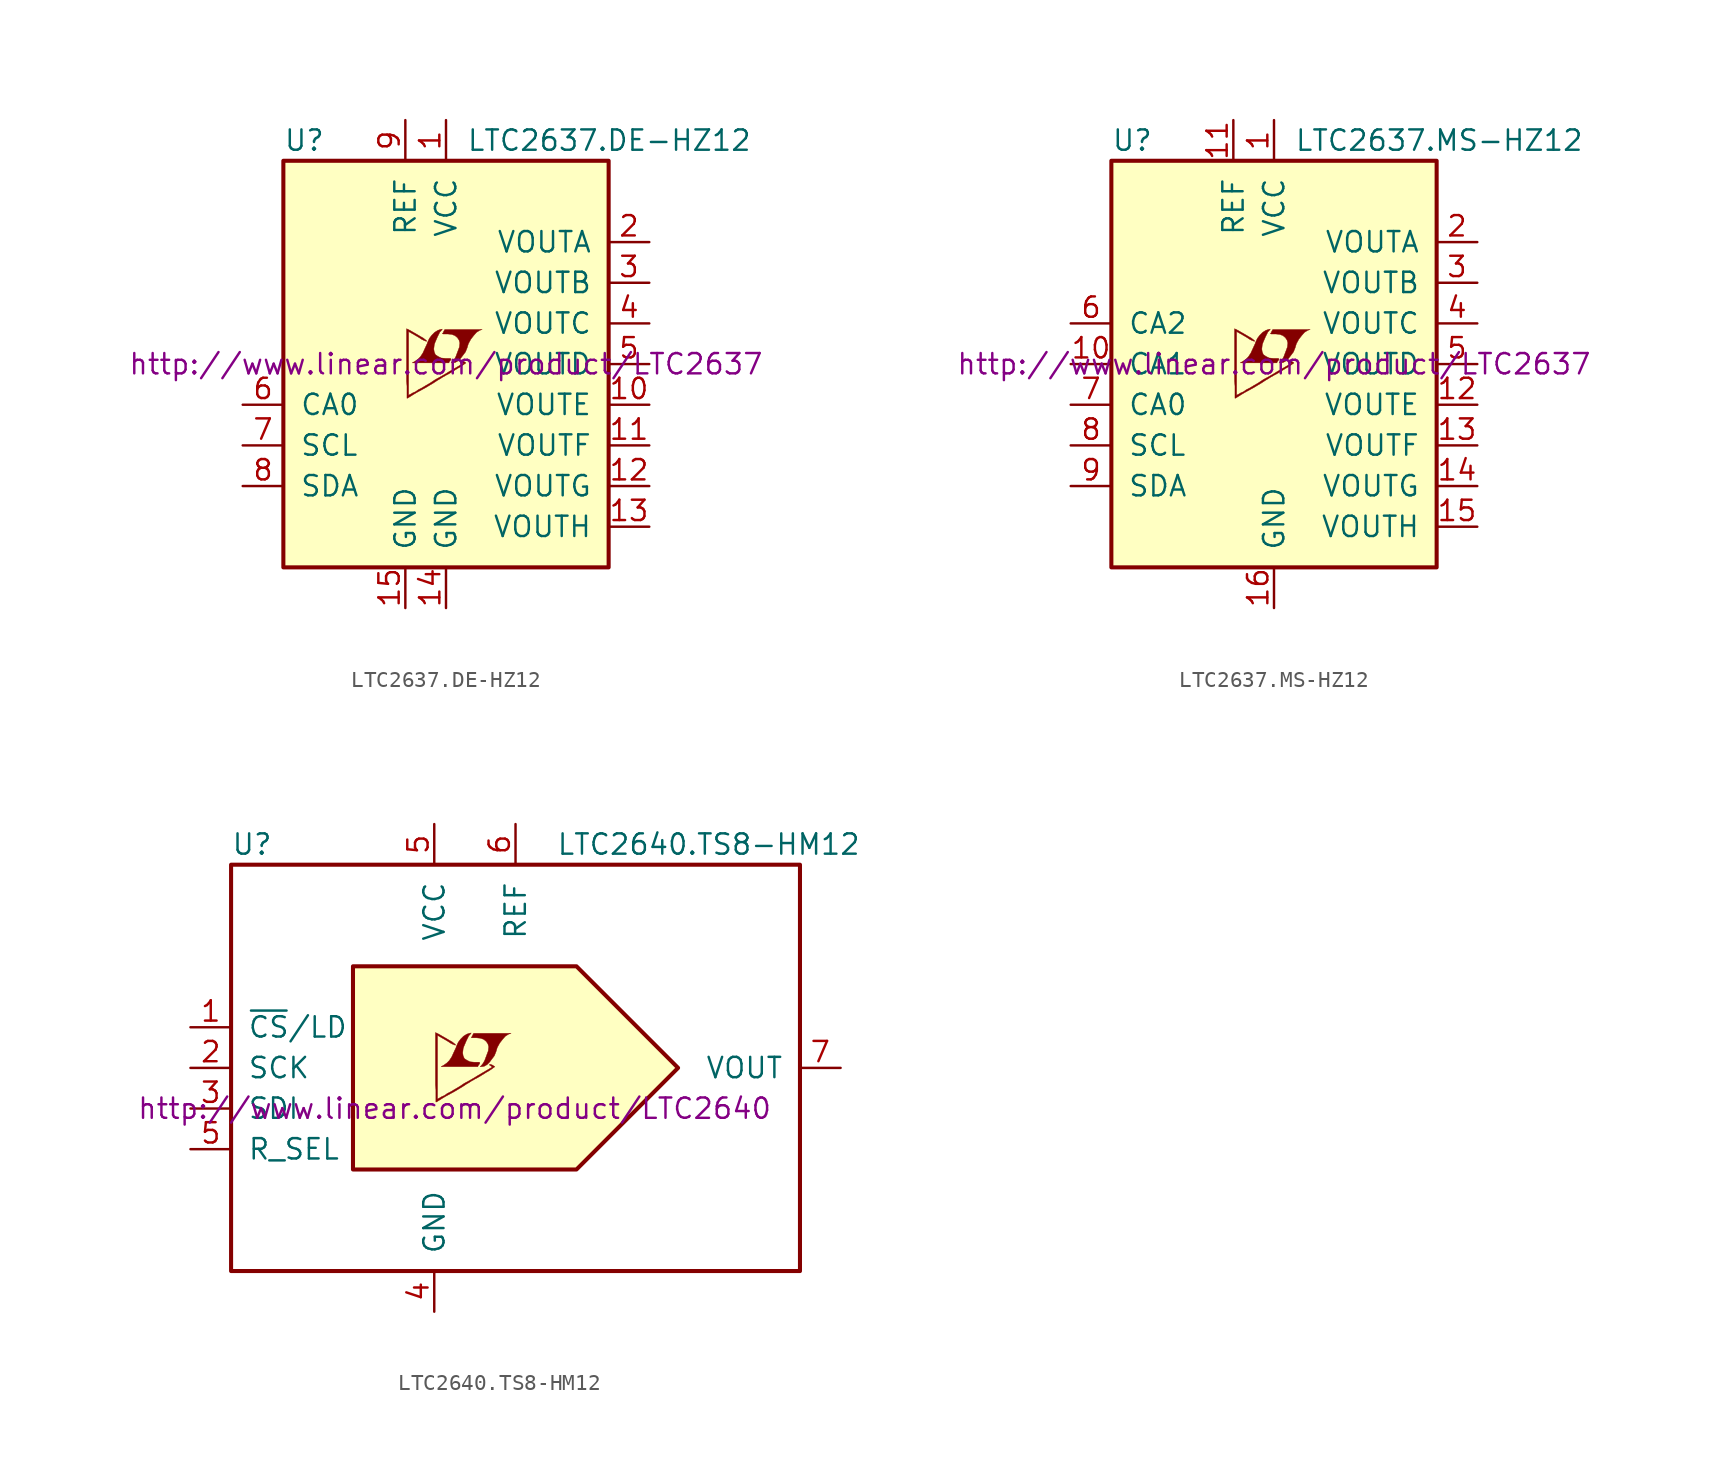
<source format=kicad_sym>
(kicad_symbol_lib
  (version 20201005)
  (generator kicad_symbol_editor)
  (symbol "LTC2637.DE-HZ12"
    (pin_names
      (offset 1.016))
    (property "Reference" "U"
      (at -10.16 13.97 0)
      (effects (font (size 1.27 1.27)) (justify left)))
    (property "Value" "LTC2637.DE-HZ12"
      (at 1.27 13.97 0)
      (effects (font (size 1.27 1.27)) (justify left)))
    (property "Datasheet" "http://www.linear.com/product/LTC2637"
      (at 0 0 0)
      (effects (font (size 1.27 1.27))))
    (symbol "LTC2637.DE-HZ12_0_0"
      (polyline (pts (xy 0.584 0.102) (xy 0.762 0.203) (xy 0.914 0.356) (xy 1.219 0.762) (xy 1.321 1.016) (xy 1.397 1.27) (xy 1.549 1.549) (xy 1.727 1.778) (xy 1.905 1.981) (xy 2.108 2.108) (xy 2.261 2.159) (xy -0.076 2.159) (xy -0.152 2.032) (xy -0.152 2.007) (xy -0.203 1.93) (xy -0.229 1.905) (xy -0.178 1.88) (xy 0.102 1.88) (xy 0.356 1.854) (xy 0.559 1.778) (xy 0.711 1.651) (xy 0.813 1.499) (xy 0.864 1.321) (xy 0.838 1.092) (xy 0.838 1.067) (xy 0.61 0.457) (xy 0.508 0.279) (xy 0.406 0.152) (xy 0.33 0.076) (xy 0.432 0.076) (xy 0.584 0.102)) (stroke (width 0.025)) (fill (type outline)))
      (polyline (pts (xy 0.229 0.178) (xy 0.254 0.203) (xy 0.305 0.279) (xy 0.305 0.33) (xy 0.254 0.356) (xy -0.051 0.356) (xy -0.305 0.381) (xy -0.508 0.483) (xy -0.66 0.584) (xy -0.737 0.762) (xy -0.762 0.94) (xy -0.737 1.168) (xy -0.737 1.194) (xy -0.686 1.346) (xy -0.533 1.702) (xy -0.381 2.007) (xy -0.305 2.083) (xy -0.229 2.184) (xy -0.356 2.159) (xy -0.508 2.108) (xy -0.711 1.981) (xy -0.889 1.803) (xy -1.041 1.6) (xy -1.168 1.321) (xy -1.168 1.295) (xy -1.321 0.965) (xy -1.448 0.686) (xy -1.6 0.457) (xy -1.753 0.305) (xy -1.93 0.178) (xy -2.108 0.076) (xy 0.178 0.076) (xy 0.229 0.178)) (stroke (width 0.025)) (fill (type outline)))
      (polyline (pts (xy -2.362 -2.108) (xy -2.286 -2.057) (xy -2.159 -1.981) (xy -2.083 -1.93) (xy -1.829 -1.778) (xy -1.27 -1.473) (xy -0.762 -1.168) (xy -0.533 -1.016) (xy -0.356 -0.914) (xy -0.203 -0.813) (xy -0.102 -0.762) (xy -0.025 -0.711) (xy 0.127 -0.635) (xy 0.305 -0.533) (xy 0.711 -0.279) (xy 0.889 -0.178) (xy 1.041 -0.076) (xy 1.143 0) (xy 1.219 0.051) (xy 1.245 0.076) (xy 1.092 0.178) (xy 0.94 0.229) (xy 0.914 0.203) (xy 0.914 0.178) (xy 0.991 0.127) (xy 1.092 0.051) (xy 0.178 -0.483) (xy -0.025 -0.61) (xy -0.33 -0.787) (xy -0.66 -0.965) (xy -0.965 -1.168) (xy -1.27 -1.346) (xy -1.524 -1.499) (xy -1.727 -1.6) (xy -1.905 -1.727) (xy -2.083 -1.803) (xy -2.21 -1.88) (xy -2.311 -1.93) (xy -2.337 -1.956) (xy -2.337 2.032) (xy -1.803 1.727) (xy -1.676 1.651) (xy -1.524 1.549) (xy -1.372 1.473) (xy -1.295 1.448) (xy -1.245 1.422) (xy -1.219 1.422) (xy -1.219 1.473) (xy -1.295 1.524) (xy -1.422 1.626) (xy -1.6 1.727) (xy -1.727 1.803) (xy -2.083 2.007) (xy -2.21 2.083) (xy -2.464 2.21) (xy -2.464 -1.067) (xy -2.438 -1.372) (xy -2.438 -2.134) (xy -2.413 -2.134) (xy -2.362 -2.108)) (stroke (width 0.025)) (fill (type outline))))
    (symbol "LTC2637.DE-HZ12_0_1"
      (rectangle (start -10.16 12.7) (end 10.16 -12.7) (stroke (width 0.254)) (fill (type background))))
    (symbol "LTC2637.DE-HZ12_1_1"
      (pin power_in line (at 0 15.24 270) (length 2.54) (name "VCC" (effects (font (size 1.27 1.27)))) (number "1" (effects (font (size 1.27 1.27)))))
      (pin output line (at 12.7 -2.54 180) (length 2.54) (name "VOUTE" (effects (font (size 1.27 1.27)))) (number "10" (effects (font (size 1.27 1.27)))))
      (pin output line (at 12.7 -5.08 180) (length 2.54) (name "VOUTF" (effects (font (size 1.27 1.27)))) (number "11" (effects (font (size 1.27 1.27)))))
      (pin output line (at 12.7 -7.62 180) (length 2.54) (name "VOUTG" (effects (font (size 1.27 1.27)))) (number "12" (effects (font (size 1.27 1.27)))))
      (pin output line (at 12.7 -10.16 180) (length 2.54) (name "VOUTH" (effects (font (size 1.27 1.27)))) (number "13" (effects (font (size 1.27 1.27)))))
      (pin power_in line (at 0 -15.24 90) (length 2.54) (name "GND" (effects (font (size 1.27 1.27)))) (number "14" (effects (font (size 1.27 1.27)))))
      (pin power_in line (at -2.54 -15.24 90) (length 2.54) (name "GND" (effects (font (size 1.27 1.27)))) (number "15" (effects (font (size 1.27 1.27)))))
      (pin output line (at 12.7 7.62 180) (length 2.54) (name "VOUTA" (effects (font (size 1.27 1.27)))) (number "2" (effects (font (size 1.27 1.27)))))
      (pin output line (at 12.7 5.08 180) (length 2.54) (name "VOUTB" (effects (font (size 1.27 1.27)))) (number "3" (effects (font (size 1.27 1.27)))))
      (pin output line (at 12.7 2.54 180) (length 2.54) (name "VOUTC" (effects (font (size 1.27 1.27)))) (number "4" (effects (font (size 1.27 1.27)))))
      (pin output line (at 12.7 0 180) (length 2.54) (name "VOUTD" (effects (font (size 1.27 1.27)))) (number "5" (effects (font (size 1.27 1.27)))))
      (pin input line (at -12.7 -2.54 0) (length 2.54) (name "CA0" (effects (font (size 1.27 1.27)))) (number "6" (effects (font (size 1.27 1.27)))))
      (pin input line (at -12.7 -5.08 0) (length 2.54) (name "SCL" (effects (font (size 1.27 1.27)))) (number "7" (effects (font (size 1.27 1.27)))))
      (pin input line (at -12.7 -7.62 0) (length 2.54) (name "SDA" (effects (font (size 1.27 1.27)))) (number "8" (effects (font (size 1.27 1.27)))))
      (pin passive line (at -2.54 15.24 270) (length 2.54) (name "REF" (effects (font (size 1.27 1.27)))) (number "9" (effects (font (size 1.27 1.27)))))))
  (symbol "LTC2637.MS-HZ12"
    (pin_names
      (offset 1.016))
    (property "Reference" "U"
      (at -10.16 13.97 0)
      (effects (font (size 1.27 1.27)) (justify left)))
    (property "Value" "LTC2637.MS-HZ12"
      (at 1.27 13.97 0)
      (effects (font (size 1.27 1.27)) (justify left)))
    (property "Datasheet" "http://www.linear.com/product/LTC2637"
      (at 0 0 0)
      (effects (font (size 1.27 1.27))))
    (symbol "LTC2637.MS-HZ12_0_0"
      (polyline (pts (xy 0.584 0.102) (xy 0.762 0.203) (xy 0.914 0.356) (xy 1.219 0.762) (xy 1.321 1.016) (xy 1.397 1.27) (xy 1.549 1.549) (xy 1.727 1.778) (xy 1.905 1.981) (xy 2.108 2.108) (xy 2.261 2.159) (xy -0.076 2.159) (xy -0.152 2.032) (xy -0.152 2.007) (xy -0.203 1.93) (xy -0.229 1.905) (xy -0.178 1.88) (xy 0.102 1.88) (xy 0.356 1.854) (xy 0.559 1.778) (xy 0.711 1.651) (xy 0.813 1.499) (xy 0.864 1.321) (xy 0.838 1.092) (xy 0.838 1.067) (xy 0.61 0.457) (xy 0.508 0.279) (xy 0.406 0.152) (xy 0.33 0.076) (xy 0.432 0.076) (xy 0.584 0.102)) (stroke (width 0.025)) (fill (type outline)))
      (polyline (pts (xy 0.229 0.178) (xy 0.254 0.203) (xy 0.305 0.279) (xy 0.305 0.33) (xy 0.254 0.356) (xy -0.051 0.356) (xy -0.305 0.381) (xy -0.508 0.483) (xy -0.66 0.584) (xy -0.737 0.762) (xy -0.762 0.94) (xy -0.737 1.168) (xy -0.737 1.194) (xy -0.686 1.346) (xy -0.533 1.702) (xy -0.381 2.007) (xy -0.305 2.083) (xy -0.229 2.184) (xy -0.356 2.159) (xy -0.508 2.108) (xy -0.711 1.981) (xy -0.889 1.803) (xy -1.041 1.6) (xy -1.168 1.321) (xy -1.168 1.295) (xy -1.321 0.965) (xy -1.448 0.686) (xy -1.6 0.457) (xy -1.753 0.305) (xy -1.93 0.178) (xy -2.108 0.076) (xy 0.178 0.076) (xy 0.229 0.178)) (stroke (width 0.025)) (fill (type outline)))
      (polyline (pts (xy -2.362 -2.108) (xy -2.286 -2.057) (xy -2.159 -1.981) (xy -2.083 -1.93) (xy -1.829 -1.778) (xy -1.27 -1.473) (xy -0.762 -1.168) (xy -0.533 -1.016) (xy -0.356 -0.914) (xy -0.203 -0.813) (xy -0.102 -0.762) (xy -0.025 -0.711) (xy 0.127 -0.635) (xy 0.305 -0.533) (xy 0.711 -0.279) (xy 0.889 -0.178) (xy 1.041 -0.076) (xy 1.143 0) (xy 1.219 0.051) (xy 1.245 0.076) (xy 1.092 0.178) (xy 0.94 0.229) (xy 0.914 0.203) (xy 0.914 0.178) (xy 0.991 0.127) (xy 1.092 0.051) (xy 0.178 -0.483) (xy -0.025 -0.61) (xy -0.33 -0.787) (xy -0.66 -0.965) (xy -0.965 -1.168) (xy -1.27 -1.346) (xy -1.524 -1.499) (xy -1.727 -1.6) (xy -1.905 -1.727) (xy -2.083 -1.803) (xy -2.21 -1.88) (xy -2.311 -1.93) (xy -2.337 -1.956) (xy -2.337 2.032) (xy -1.803 1.727) (xy -1.676 1.651) (xy -1.524 1.549) (xy -1.372 1.473) (xy -1.295 1.448) (xy -1.245 1.422) (xy -1.219 1.422) (xy -1.219 1.473) (xy -1.295 1.524) (xy -1.422 1.626) (xy -1.6 1.727) (xy -1.727 1.803) (xy -2.083 2.007) (xy -2.21 2.083) (xy -2.464 2.21) (xy -2.464 -1.067) (xy -2.438 -1.372) (xy -2.438 -2.134) (xy -2.413 -2.134) (xy -2.362 -2.108)) (stroke (width 0.025)) (fill (type outline))))
    (symbol "LTC2637.MS-HZ12_0_1"
      (rectangle (start -10.16 12.7) (end 10.16 -12.7) (stroke (width 0.254)) (fill (type background))))
    (symbol "LTC2637.MS-HZ12_1_1"
      (pin power_in line (at 0 15.24 270) (length 2.54) (name "VCC" (effects (font (size 1.27 1.27)))) (number "1" (effects (font (size 1.27 1.27)))))
      (pin input line (at -12.7 0 0) (length 2.54) (name "CA1" (effects (font (size 1.27 1.27)))) (number "10" (effects (font (size 1.27 1.27)))))
      (pin passive line (at -2.54 15.24 270) (length 2.54) (name "REF" (effects (font (size 1.27 1.27)))) (number "11" (effects (font (size 1.27 1.27)))))
      (pin output line (at 12.7 -2.54 180) (length 2.54) (name "VOUTE" (effects (font (size 1.27 1.27)))) (number "12" (effects (font (size 1.27 1.27)))))
      (pin output line (at 12.7 -5.08 180) (length 2.54) (name "VOUTF" (effects (font (size 1.27 1.27)))) (number "13" (effects (font (size 1.27 1.27)))))
      (pin output line (at 12.7 -7.62 180) (length 2.54) (name "VOUTG" (effects (font (size 1.27 1.27)))) (number "14" (effects (font (size 1.27 1.27)))))
      (pin output line (at 12.7 -10.16 180) (length 2.54) (name "VOUTH" (effects (font (size 1.27 1.27)))) (number "15" (effects (font (size 1.27 1.27)))))
      (pin power_in line (at 0 -15.24 90) (length 2.54) (name "GND" (effects (font (size 1.27 1.27)))) (number "16" (effects (font (size 1.27 1.27)))))
      (pin output line (at 12.7 7.62 180) (length 2.54) (name "VOUTA" (effects (font (size 1.27 1.27)))) (number "2" (effects (font (size 1.27 1.27)))))
      (pin output line (at 12.7 5.08 180) (length 2.54) (name "VOUTB" (effects (font (size 1.27 1.27)))) (number "3" (effects (font (size 1.27 1.27)))))
      (pin output line (at 12.7 2.54 180) (length 2.54) (name "VOUTC" (effects (font (size 1.27 1.27)))) (number "4" (effects (font (size 1.27 1.27)))))
      (pin output line (at 12.7 0 180) (length 2.54) (name "VOUTD" (effects (font (size 1.27 1.27)))) (number "5" (effects (font (size 1.27 1.27)))))
      (pin input line (at -12.7 2.54 0) (length 2.54) (name "CA2" (effects (font (size 1.27 1.27)))) (number "6" (effects (font (size 1.27 1.27)))))
      (pin input line (at -12.7 -2.54 0) (length 2.54) (name "CA0" (effects (font (size 1.27 1.27)))) (number "7" (effects (font (size 1.27 1.27)))))
      (pin input line (at -12.7 -5.08 0) (length 2.54) (name "SCL" (effects (font (size 1.27 1.27)))) (number "8" (effects (font (size 1.27 1.27)))))
      (pin input line (at -12.7 -7.62 0) (length 2.54) (name "SDA" (effects (font (size 1.27 1.27)))) (number "9" (effects (font (size 1.27 1.27)))))))
  (symbol "LTC2640.TS8-HM12"
    (pin_names
      (offset 1.016))
    (property "Reference" "U"
      (at -15.24 13.97 0)
      (effects (font (size 1.27 1.27)) (justify left)))
    (property "Value" "LTC2640.TS8-HM12"
      (at 5.08 13.97 0)
      (effects (font (size 1.27 1.27)) (justify left)))
    (property "Datasheet" "http://www.linear.com/product/LTC2640"
      (at -1.27 -2.54 0)
      (effects (font (size 1.27 1.27))))
    (symbol "LTC2640.TS8-HM12_0_0"
      (rectangle (start -15.24 12.7) (end 20.32 -12.7) (stroke (width 0.254)) (fill (type none)))
      (polyline (pts (xy -7.62 6.35) (xy -7.62 -6.35) (xy 6.35 -6.35) (xy 12.7 0) (xy 6.35 6.35) (xy -7.62 6.35)) (stroke (width 0.254)) (fill (type background)))
      (polyline (pts (xy 0.584 0.102) (xy 0.762 0.203) (xy 0.914 0.356) (xy 1.219 0.762) (xy 1.321 1.016) (xy 1.397 1.27) (xy 1.549 1.549) (xy 1.727 1.778) (xy 1.905 1.981) (xy 2.108 2.108) (xy 2.261 2.159) (xy -0.076 2.159) (xy -0.152 2.032) (xy -0.152 2.007) (xy -0.203 1.93) (xy -0.229 1.905) (xy -0.178 1.88) (xy 0.102 1.88) (xy 0.356 1.854) (xy 0.559 1.778) (xy 0.711 1.651) (xy 0.813 1.499) (xy 0.864 1.321) (xy 0.838 1.092) (xy 0.838 1.067) (xy 0.61 0.457) (xy 0.508 0.279) (xy 0.406 0.152) (xy 0.33 0.076) (xy 0.432 0.076) (xy 0.584 0.102)) (stroke (width 0.025)) (fill (type outline)))
      (polyline (pts (xy 0.229 0.178) (xy 0.254 0.203) (xy 0.305 0.279) (xy 0.305 0.33) (xy 0.254 0.356) (xy -0.051 0.356) (xy -0.305 0.381) (xy -0.508 0.483) (xy -0.66 0.584) (xy -0.737 0.762) (xy -0.762 0.94) (xy -0.737 1.168) (xy -0.737 1.194) (xy -0.686 1.346) (xy -0.533 1.702) (xy -0.381 2.007) (xy -0.305 2.083) (xy -0.229 2.184) (xy -0.356 2.159) (xy -0.508 2.108) (xy -0.711 1.981) (xy -0.889 1.803) (xy -1.041 1.6) (xy -1.168 1.321) (xy -1.168 1.295) (xy -1.321 0.965) (xy -1.448 0.686) (xy -1.6 0.457) (xy -1.753 0.305) (xy -1.93 0.178) (xy -2.108 0.076) (xy 0.178 0.076) (xy 0.229 0.178)) (stroke (width 0.025)) (fill (type outline)))
      (polyline (pts (xy -2.362 -2.108) (xy -2.286 -2.057) (xy -2.159 -1.981) (xy -2.083 -1.93) (xy -1.829 -1.778) (xy -1.27 -1.473) (xy -0.762 -1.168) (xy -0.533 -1.016) (xy -0.356 -0.914) (xy -0.203 -0.813) (xy -0.102 -0.762) (xy -0.025 -0.711) (xy 0.127 -0.635) (xy 0.305 -0.533) (xy 0.711 -0.279) (xy 0.889 -0.178) (xy 1.041 -0.076) (xy 1.143 0) (xy 1.219 0.051) (xy 1.245 0.076) (xy 1.092 0.178) (xy 0.94 0.229) (xy 0.914 0.203) (xy 0.914 0.178) (xy 0.991 0.127) (xy 1.092 0.051) (xy 0.178 -0.483) (xy -0.025 -0.61) (xy -0.33 -0.787) (xy -0.66 -0.965) (xy -0.965 -1.168) (xy -1.27 -1.346) (xy -1.524 -1.499) (xy -1.727 -1.6) (xy -1.905 -1.727) (xy -2.083 -1.803) (xy -2.21 -1.88) (xy -2.311 -1.93) (xy -2.337 -1.956) (xy -2.337 2.032) (xy -1.803 1.727) (xy -1.676 1.651) (xy -1.524 1.549) (xy -1.372 1.473) (xy -1.295 1.448) (xy -1.245 1.422) (xy -1.219 1.422) (xy -1.219 1.473) (xy -1.295 1.524) (xy -1.422 1.626) (xy -1.6 1.727) (xy -1.727 1.803) (xy -2.083 2.007) (xy -2.21 2.083) (xy -2.464 2.21) (xy -2.464 -1.067) (xy -2.438 -1.372) (xy -2.438 -2.134) (xy -2.413 -2.134) (xy -2.362 -2.108)) (stroke (width 0.025)) (fill (type outline))))
    (symbol "LTC2640.TS8-HM12_1_1"
      (pin input line (at -17.78 2.54 0) (length 2.54) (name "~CS~/LD" (effects (font (size 1.27 1.27)))) (number "1" (effects (font (size 1.27 1.27)))))
      (pin input line (at -17.78 0 0) (length 2.54) (name "SCK" (effects (font (size 1.27 1.27)))) (number "2" (effects (font (size 1.27 1.27)))))
      (pin input line (at -17.78 -2.54 0) (length 2.54) (name "SDI" (effects (font (size 1.27 1.27)))) (number "3" (effects (font (size 1.27 1.27)))))
      (pin power_in line (at -2.54 -15.24 90) (length 2.54) (name "GND" (effects (font (size 1.27 1.27)))) (number "4" (effects (font (size 1.27 1.27)))))
      (pin input line (at -17.78 -5.08 0) (length 2.54) (name "R_SEL" (effects (font (size 1.27 1.27)))) (number "5" (effects (font (size 1.27 1.27)))))
      (pin power_in line (at -2.54 15.24 270) (length 2.54) (name "VCC" (effects (font (size 1.27 1.27)))) (number "5" (effects (font (size 1.27 1.27)))))
      (pin passive line (at 2.54 15.24 270) (length 2.54) (name "REF" (effects (font (size 1.27 1.27)))) (number "6" (effects (font (size 1.27 1.27)))))
      (pin output line (at 22.86 0 180) (length 2.54) (name "VOUT" (effects (font (size 1.27 1.27)))) (number "7" (effects (font (size 1.27 1.27))))))))
</source>
